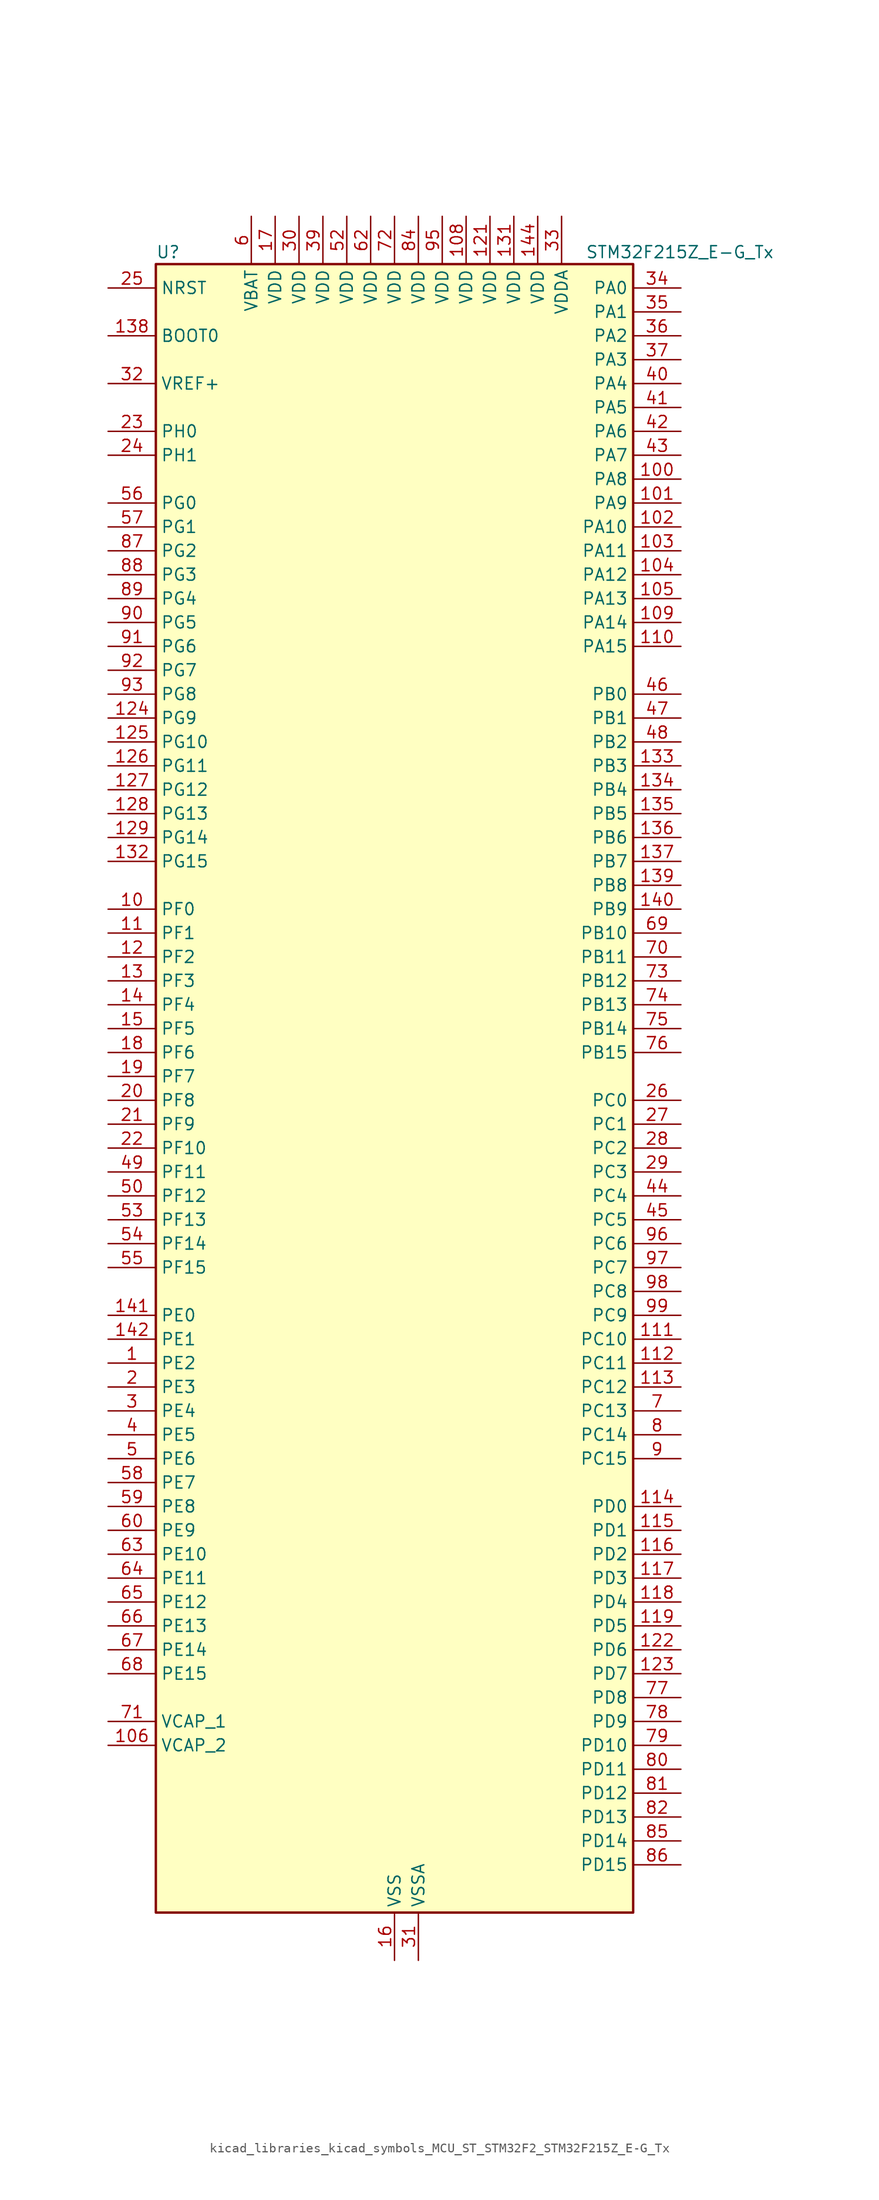
<source format=kicad_sym>
(kicad_symbol_lib
  (version 20220914)
  (generator kicad_symbol_editor)
  (symbol "kicad_libraries_kicad_symbols_MCU_ST_STM32F2_STM32F215Z_E-G_Tx"
    (property "Reference" "U"
      (at -25.4 90.17 0)
      (effects (font (size 1.27 1.27)) (justify left)))
    (property "Value" "STM32F215Z_E-G_Tx"
      (at 20.32 90.17 0)
      (effects (font (size 1.27 1.27)) (justify left)))
    (property "ki_locked" ""
      (at 0 0 0)
      (effects (font (size 1.27 1.27))))
    (symbol "kicad_libraries_kicad_symbols_MCU_ST_STM32F2_STM32F215Z_E-G_Tx_0_1"
      (rectangle (start -25.4 -86.36) (end 25.4 88.9) (stroke (width 0.254) (type default)) (fill (type background))))
    (symbol "kicad_libraries_kicad_symbols_MCU_ST_STM32F2_STM32F215Z_E-G_Tx_1_1"
      (pin bidirectional line (at -30.48 -27.94 0) (length 5.08) (name "PE2" (effects (font (size 1.27 1.27)))) (number "1" (effects (font (size 1.27 1.27)))) (alternate "FSMC_A23" bidirectional line) (alternate "SYS_TRACECLK" bidirectional line))
      (pin bidirectional line (at -30.48 20.32 0) (length 5.08) (name "PF0" (effects (font (size 1.27 1.27)))) (number "10" (effects (font (size 1.27 1.27)))) (alternate "FSMC_A0" bidirectional line) (alternate "I2C2_SDA" bidirectional line))
      (pin bidirectional line (at 30.48 66.04 180) (length 5.08) (name "PA8" (effects (font (size 1.27 1.27)))) (number "100" (effects (font (size 1.27 1.27)))) (alternate "I2C3_SCL" bidirectional line) (alternate "RCC_MCO_1" bidirectional line) (alternate "TIM1_CH1" bidirectional line) (alternate "USART1_CK" bidirectional line) (alternate "USB_OTG_FS_SOF" bidirectional line))
      (pin bidirectional line (at 30.48 63.5 180) (length 5.08) (name "PA9" (effects (font (size 1.27 1.27)))) (number "101" (effects (font (size 1.27 1.27)))) (alternate "DAC_EXTI9" bidirectional line) (alternate "I2C3_SMBA" bidirectional line) (alternate "TIM1_CH2" bidirectional line) (alternate "USART1_TX" bidirectional line) (alternate "USB_OTG_FS_VBUS" bidirectional line))
      (pin bidirectional line (at 30.48 60.96 180) (length 5.08) (name "PA10" (effects (font (size 1.27 1.27)))) (number "102" (effects (font (size 1.27 1.27)))) (alternate "TIM1_CH3" bidirectional line) (alternate "USART1_RX" bidirectional line) (alternate "USB_OTG_FS_ID" bidirectional line))
      (pin bidirectional line (at 30.48 58.42 180) (length 5.08) (name "PA11" (effects (font (size 1.27 1.27)))) (number "103" (effects (font (size 1.27 1.27)))) (alternate "ADC1_EXTI11" bidirectional line) (alternate "ADC2_EXTI11" bidirectional line) (alternate "ADC3_EXTI11" bidirectional line) (alternate "CAN1_RX" bidirectional line) (alternate "TIM1_CH4" bidirectional line) (alternate "USART1_CTS" bidirectional line) (alternate "USB_OTG_FS_DM" bidirectional line))
      (pin bidirectional line (at 30.48 55.88 180) (length 5.08) (name "PA12" (effects (font (size 1.27 1.27)))) (number "104" (effects (font (size 1.27 1.27)))) (alternate "CAN1_TX" bidirectional line) (alternate "TIM1_ETR" bidirectional line) (alternate "USART1_RTS" bidirectional line) (alternate "USB_OTG_FS_DP" bidirectional line))
      (pin bidirectional line (at 30.48 53.34 180) (length 5.08) (name "PA13" (effects (font (size 1.27 1.27)))) (number "105" (effects (font (size 1.27 1.27)))) (alternate "SYS_JTMS-SWDIO" bidirectional line))
      (pin power_out line (at -30.48 -68.58 0) (length 5.08) (name "VCAP_2" (effects (font (size 1.27 1.27)))) (number "106" (effects (font (size 1.27 1.27)))))
      (pin passive line (at 0 -91.44 90) (length 5.08) hide (name "VSS" (effects (font (size 1.27 1.27)))) (number "107" (effects (font (size 1.27 1.27)))))
      (pin power_in line (at 7.62 93.98 270) (length 5.08) (name "VDD" (effects (font (size 1.27 1.27)))) (number "108" (effects (font (size 1.27 1.27)))))
      (pin bidirectional line (at 30.48 50.8 180) (length 5.08) (name "PA14" (effects (font (size 1.27 1.27)))) (number "109" (effects (font (size 1.27 1.27)))) (alternate "SYS_JTCK-SWCLK" bidirectional line))
      (pin bidirectional line (at -30.48 17.78 0) (length 5.08) (name "PF1" (effects (font (size 1.27 1.27)))) (number "11" (effects (font (size 1.27 1.27)))) (alternate "FSMC_A1" bidirectional line) (alternate "I2C2_SCL" bidirectional line))
      (pin bidirectional line (at 30.48 48.26 180) (length 5.08) (name "PA15" (effects (font (size 1.27 1.27)))) (number "110" (effects (font (size 1.27 1.27)))) (alternate "ADC1_EXTI15" bidirectional line) (alternate "ADC2_EXTI15" bidirectional line) (alternate "ADC3_EXTI15" bidirectional line) (alternate "I2S3_WS" bidirectional line) (alternate "SPI1_NSS" bidirectional line) (alternate "SPI3_NSS" bidirectional line) (alternate "SYS_JTDI" bidirectional line) (alternate "TIM2_CH1" bidirectional line) (alternate "TIM2_ETR" bidirectional line))
      (pin bidirectional line (at 30.48 -25.4 180) (length 5.08) (name "PC10" (effects (font (size 1.27 1.27)))) (number "111" (effects (font (size 1.27 1.27)))) (alternate "I2S3_SCK" bidirectional line) (alternate "SDIO_D2" bidirectional line) (alternate "SPI3_SCK" bidirectional line) (alternate "UART4_TX" bidirectional line) (alternate "USART3_TX" bidirectional line))
      (pin bidirectional line (at 30.48 -27.94 180) (length 5.08) (name "PC11" (effects (font (size 1.27 1.27)))) (number "112" (effects (font (size 1.27 1.27)))) (alternate "ADC1_EXTI11" bidirectional line) (alternate "ADC2_EXTI11" bidirectional line) (alternate "ADC3_EXTI11" bidirectional line) (alternate "SDIO_D3" bidirectional line) (alternate "SPI3_MISO" bidirectional line) (alternate "UART4_RX" bidirectional line) (alternate "USART3_RX" bidirectional line))
      (pin bidirectional line (at 30.48 -30.48 180) (length 5.08) (name "PC12" (effects (font (size 1.27 1.27)))) (number "113" (effects (font (size 1.27 1.27)))) (alternate "I2S3_SD" bidirectional line) (alternate "SDIO_CK" bidirectional line) (alternate "SPI3_MOSI" bidirectional line) (alternate "UART5_TX" bidirectional line) (alternate "USART3_CK" bidirectional line))
      (pin bidirectional line (at 30.48 -43.18 180) (length 5.08) (name "PD0" (effects (font (size 1.27 1.27)))) (number "114" (effects (font (size 1.27 1.27)))) (alternate "CAN1_RX" bidirectional line) (alternate "FSMC_D2" bidirectional line) (alternate "FSMC_DA2" bidirectional line))
      (pin bidirectional line (at 30.48 -45.72 180) (length 5.08) (name "PD1" (effects (font (size 1.27 1.27)))) (number "115" (effects (font (size 1.27 1.27)))) (alternate "CAN1_TX" bidirectional line) (alternate "FSMC_D3" bidirectional line) (alternate "FSMC_DA3" bidirectional line))
      (pin bidirectional line (at 30.48 -48.26 180) (length 5.08) (name "PD2" (effects (font (size 1.27 1.27)))) (number "116" (effects (font (size 1.27 1.27)))) (alternate "SDIO_CMD" bidirectional line) (alternate "TIM3_ETR" bidirectional line) (alternate "UART5_RX" bidirectional line))
      (pin bidirectional line (at 30.48 -50.8 180) (length 5.08) (name "PD3" (effects (font (size 1.27 1.27)))) (number "117" (effects (font (size 1.27 1.27)))) (alternate "FSMC_CLK" bidirectional line) (alternate "USART2_CTS" bidirectional line))
      (pin bidirectional line (at 30.48 -53.34 180) (length 5.08) (name "PD4" (effects (font (size 1.27 1.27)))) (number "118" (effects (font (size 1.27 1.27)))) (alternate "FSMC_NOE" bidirectional line) (alternate "USART2_RTS" bidirectional line))
      (pin bidirectional line (at 30.48 -55.88 180) (length 5.08) (name "PD5" (effects (font (size 1.27 1.27)))) (number "119" (effects (font (size 1.27 1.27)))) (alternate "FSMC_NWE" bidirectional line) (alternate "USART2_TX" bidirectional line))
      (pin bidirectional line (at -30.48 15.24 0) (length 5.08) (name "PF2" (effects (font (size 1.27 1.27)))) (number "12" (effects (font (size 1.27 1.27)))) (alternate "FSMC_A2" bidirectional line) (alternate "I2C2_SMBA" bidirectional line))
      (pin passive line (at 0 -91.44 90) (length 5.08) hide (name "VSS" (effects (font (size 1.27 1.27)))) (number "120" (effects (font (size 1.27 1.27)))))
      (pin power_in line (at 10.16 93.98 270) (length 5.08) (name "VDD" (effects (font (size 1.27 1.27)))) (number "121" (effects (font (size 1.27 1.27)))))
      (pin bidirectional line (at 30.48 -58.42 180) (length 5.08) (name "PD6" (effects (font (size 1.27 1.27)))) (number "122" (effects (font (size 1.27 1.27)))) (alternate "FSMC_NWAIT" bidirectional line) (alternate "USART2_RX" bidirectional line))
      (pin bidirectional line (at 30.48 -60.96 180) (length 5.08) (name "PD7" (effects (font (size 1.27 1.27)))) (number "123" (effects (font (size 1.27 1.27)))) (alternate "FSMC_NCE2" bidirectional line) (alternate "FSMC_NE1" bidirectional line) (alternate "USART2_CK" bidirectional line))
      (pin bidirectional line (at -30.48 40.64 0) (length 5.08) (name "PG9" (effects (font (size 1.27 1.27)))) (number "124" (effects (font (size 1.27 1.27)))) (alternate "DAC_EXTI9" bidirectional line) (alternate "FSMC_NCE3" bidirectional line) (alternate "FSMC_NE2" bidirectional line) (alternate "USART6_RX" bidirectional line))
      (pin bidirectional line (at -30.48 38.1 0) (length 5.08) (name "PG10" (effects (font (size 1.27 1.27)))) (number "125" (effects (font (size 1.27 1.27)))) (alternate "FSMC_NCE4_1" bidirectional line) (alternate "FSMC_NE3" bidirectional line))
      (pin bidirectional line (at -30.48 35.56 0) (length 5.08) (name "PG11" (effects (font (size 1.27 1.27)))) (number "126" (effects (font (size 1.27 1.27)))) (alternate "ADC1_EXTI11" bidirectional line) (alternate "ADC2_EXTI11" bidirectional line) (alternate "ADC3_EXTI11" bidirectional line) (alternate "FSMC_NCE4_2" bidirectional line))
      (pin bidirectional line (at -30.48 33.02 0) (length 5.08) (name "PG12" (effects (font (size 1.27 1.27)))) (number "127" (effects (font (size 1.27 1.27)))) (alternate "FSMC_NE4" bidirectional line) (alternate "USART6_RTS" bidirectional line))
      (pin bidirectional line (at -30.48 30.48 0) (length 5.08) (name "PG13" (effects (font (size 1.27 1.27)))) (number "128" (effects (font (size 1.27 1.27)))) (alternate "FSMC_A24" bidirectional line) (alternate "USART6_CTS" bidirectional line))
      (pin bidirectional line (at -30.48 27.94 0) (length 5.08) (name "PG14" (effects (font (size 1.27 1.27)))) (number "129" (effects (font (size 1.27 1.27)))) (alternate "FSMC_A25" bidirectional line) (alternate "USART6_TX" bidirectional line))
      (pin bidirectional line (at -30.48 12.7 0) (length 5.08) (name "PF3" (effects (font (size 1.27 1.27)))) (number "13" (effects (font (size 1.27 1.27)))) (alternate "ADC3_IN9" bidirectional line) (alternate "FSMC_A3" bidirectional line))
      (pin passive line (at 0 -91.44 90) (length 5.08) hide (name "VSS" (effects (font (size 1.27 1.27)))) (number "130" (effects (font (size 1.27 1.27)))))
      (pin power_in line (at 12.7 93.98 270) (length 5.08) (name "VDD" (effects (font (size 1.27 1.27)))) (number "131" (effects (font (size 1.27 1.27)))))
      (pin bidirectional line (at -30.48 25.4 0) (length 5.08) (name "PG15" (effects (font (size 1.27 1.27)))) (number "132" (effects (font (size 1.27 1.27)))) (alternate "ADC1_EXTI15" bidirectional line) (alternate "ADC2_EXTI15" bidirectional line) (alternate "ADC3_EXTI15" bidirectional line) (alternate "USART6_CTS" bidirectional line))
      (pin bidirectional line (at 30.48 35.56 180) (length 5.08) (name "PB3" (effects (font (size 1.27 1.27)))) (number "133" (effects (font (size 1.27 1.27)))) (alternate "I2S3_SCK" bidirectional line) (alternate "SPI1_SCK" bidirectional line) (alternate "SPI3_SCK" bidirectional line) (alternate "SYS_JTDO-SWO" bidirectional line) (alternate "TIM2_CH2" bidirectional line))
      (pin bidirectional line (at 30.48 33.02 180) (length 5.08) (name "PB4" (effects (font (size 1.27 1.27)))) (number "134" (effects (font (size 1.27 1.27)))) (alternate "SPI1_MISO" bidirectional line) (alternate "SPI3_MISO" bidirectional line) (alternate "SYS_JTRST" bidirectional line) (alternate "TIM3_CH1" bidirectional line))
      (pin bidirectional line (at 30.48 30.48 180) (length 5.08) (name "PB5" (effects (font (size 1.27 1.27)))) (number "135" (effects (font (size 1.27 1.27)))) (alternate "CAN2_RX" bidirectional line) (alternate "I2C1_SMBA" bidirectional line) (alternate "I2S3_SD" bidirectional line) (alternate "SPI1_MOSI" bidirectional line) (alternate "SPI3_MOSI" bidirectional line) (alternate "TIM3_CH2" bidirectional line) (alternate "USB_OTG_HS_ULPI_D7" bidirectional line))
      (pin bidirectional line (at 30.48 27.94 180) (length 5.08) (name "PB6" (effects (font (size 1.27 1.27)))) (number "136" (effects (font (size 1.27 1.27)))) (alternate "CAN2_TX" bidirectional line) (alternate "I2C1_SCL" bidirectional line) (alternate "TIM4_CH1" bidirectional line) (alternate "USART1_TX" bidirectional line))
      (pin bidirectional line (at 30.48 25.4 180) (length 5.08) (name "PB7" (effects (font (size 1.27 1.27)))) (number "137" (effects (font (size 1.27 1.27)))) (alternate "FSMC_NL" bidirectional line) (alternate "I2C1_SDA" bidirectional line) (alternate "TIM4_CH2" bidirectional line) (alternate "USART1_RX" bidirectional line))
      (pin input line (at -30.48 81.28 0) (length 5.08) (name "BOOT0" (effects (font (size 1.27 1.27)))) (number "138" (effects (font (size 1.27 1.27)))))
      (pin bidirectional line (at 30.48 22.86 180) (length 5.08) (name "PB8" (effects (font (size 1.27 1.27)))) (number "139" (effects (font (size 1.27 1.27)))) (alternate "CAN1_RX" bidirectional line) (alternate "I2C1_SCL" bidirectional line) (alternate "SDIO_D4" bidirectional line) (alternate "TIM10_CH1" bidirectional line) (alternate "TIM4_CH3" bidirectional line))
      (pin bidirectional line (at -30.48 10.16 0) (length 5.08) (name "PF4" (effects (font (size 1.27 1.27)))) (number "14" (effects (font (size 1.27 1.27)))) (alternate "ADC3_IN14" bidirectional line) (alternate "FSMC_A4" bidirectional line))
      (pin bidirectional line (at 30.48 20.32 180) (length 5.08) (name "PB9" (effects (font (size 1.27 1.27)))) (number "140" (effects (font (size 1.27 1.27)))) (alternate "CAN1_TX" bidirectional line) (alternate "DAC_EXTI9" bidirectional line) (alternate "I2C1_SDA" bidirectional line) (alternate "I2S2_WS" bidirectional line) (alternate "SDIO_D5" bidirectional line) (alternate "SPI2_NSS" bidirectional line) (alternate "TIM11_CH1" bidirectional line) (alternate "TIM4_CH4" bidirectional line))
      (pin bidirectional line (at -30.48 -22.86 0) (length 5.08) (name "PE0" (effects (font (size 1.27 1.27)))) (number "141" (effects (font (size 1.27 1.27)))) (alternate "FSMC_NBL0" bidirectional line) (alternate "TIM4_ETR" bidirectional line))
      (pin bidirectional line (at -30.48 -25.4 0) (length 5.08) (name "PE1" (effects (font (size 1.27 1.27)))) (number "142" (effects (font (size 1.27 1.27)))) (alternate "FSMC_NBL1" bidirectional line))
      (pin no_connect line (at -25.4 -86.36 0) (length 5.08) hide (name "RFU" (effects (font (size 1.27 1.27)))) (number "143" (effects (font (size 1.27 1.27)))))
      (pin power_in line (at 15.24 93.98 270) (length 5.08) (name "VDD" (effects (font (size 1.27 1.27)))) (number "144" (effects (font (size 1.27 1.27)))))
      (pin bidirectional line (at -30.48 7.62 0) (length 5.08) (name "PF5" (effects (font (size 1.27 1.27)))) (number "15" (effects (font (size 1.27 1.27)))) (alternate "ADC3_IN15" bidirectional line) (alternate "FSMC_A5" bidirectional line))
      (pin power_in line (at 0 -91.44 90) (length 5.08) (name "VSS" (effects (font (size 1.27 1.27)))) (number "16" (effects (font (size 1.27 1.27)))))
      (pin power_in line (at -12.7 93.98 270) (length 5.08) (name "VDD" (effects (font (size 1.27 1.27)))) (number "17" (effects (font (size 1.27 1.27)))))
      (pin bidirectional line (at -30.48 5.08 0) (length 5.08) (name "PF6" (effects (font (size 1.27 1.27)))) (number "18" (effects (font (size 1.27 1.27)))) (alternate "ADC3_IN4" bidirectional line) (alternate "FSMC_NIORD" bidirectional line) (alternate "TIM10_CH1" bidirectional line))
      (pin bidirectional line (at -30.48 2.54 0) (length 5.08) (name "PF7" (effects (font (size 1.27 1.27)))) (number "19" (effects (font (size 1.27 1.27)))) (alternate "ADC3_IN5" bidirectional line) (alternate "FSMC_NREG" bidirectional line) (alternate "TIM11_CH1" bidirectional line))
      (pin bidirectional line (at -30.48 -30.48 0) (length 5.08) (name "PE3" (effects (font (size 1.27 1.27)))) (number "2" (effects (font (size 1.27 1.27)))) (alternate "FSMC_A19" bidirectional line) (alternate "SYS_TRACED0" bidirectional line))
      (pin bidirectional line (at -30.48 0 0) (length 5.08) (name "PF8" (effects (font (size 1.27 1.27)))) (number "20" (effects (font (size 1.27 1.27)))) (alternate "ADC3_IN6" bidirectional line) (alternate "FSMC_NIOWR" bidirectional line) (alternate "TIM13_CH1" bidirectional line))
      (pin bidirectional line (at -30.48 -2.54 0) (length 5.08) (name "PF9" (effects (font (size 1.27 1.27)))) (number "21" (effects (font (size 1.27 1.27)))) (alternate "ADC3_IN7" bidirectional line) (alternate "DAC_EXTI9" bidirectional line) (alternate "FSMC_CD" bidirectional line) (alternate "TIM14_CH1" bidirectional line))
      (pin bidirectional line (at -30.48 -5.08 0) (length 5.08) (name "PF10" (effects (font (size 1.27 1.27)))) (number "22" (effects (font (size 1.27 1.27)))) (alternate "ADC3_IN8" bidirectional line) (alternate "FSMC_INTR" bidirectional line))
      (pin bidirectional line (at -30.48 71.12 0) (length 5.08) (name "PH0" (effects (font (size 1.27 1.27)))) (number "23" (effects (font (size 1.27 1.27)))) (alternate "RCC_OSC_IN" bidirectional line))
      (pin bidirectional line (at -30.48 68.58 0) (length 5.08) (name "PH1" (effects (font (size 1.27 1.27)))) (number "24" (effects (font (size 1.27 1.27)))) (alternate "RCC_OSC_OUT" bidirectional line))
      (pin input line (at -30.48 86.36 0) (length 5.08) (name "NRST" (effects (font (size 1.27 1.27)))) (number "25" (effects (font (size 1.27 1.27)))))
      (pin bidirectional line (at 30.48 0 180) (length 5.08) (name "PC0" (effects (font (size 1.27 1.27)))) (number "26" (effects (font (size 1.27 1.27)))) (alternate "ADC1_IN10" bidirectional line) (alternate "ADC2_IN10" bidirectional line) (alternate "ADC3_IN10" bidirectional line) (alternate "USB_OTG_HS_ULPI_STP" bidirectional line))
      (pin bidirectional line (at 30.48 -2.54 180) (length 5.08) (name "PC1" (effects (font (size 1.27 1.27)))) (number "27" (effects (font (size 1.27 1.27)))) (alternate "ADC1_IN11" bidirectional line) (alternate "ADC2_IN11" bidirectional line) (alternate "ADC3_IN11" bidirectional line))
      (pin bidirectional line (at 30.48 -5.08 180) (length 5.08) (name "PC2" (effects (font (size 1.27 1.27)))) (number "28" (effects (font (size 1.27 1.27)))) (alternate "ADC1_IN12" bidirectional line) (alternate "ADC2_IN12" bidirectional line) (alternate "ADC3_IN12" bidirectional line) (alternate "SPI2_MISO" bidirectional line) (alternate "USB_OTG_HS_ULPI_DIR" bidirectional line))
      (pin bidirectional line (at 30.48 -7.62 180) (length 5.08) (name "PC3" (effects (font (size 1.27 1.27)))) (number "29" (effects (font (size 1.27 1.27)))) (alternate "ADC1_IN13" bidirectional line) (alternate "ADC2_IN13" bidirectional line) (alternate "ADC3_IN13" bidirectional line) (alternate "I2S2_SD" bidirectional line) (alternate "SPI2_MOSI" bidirectional line) (alternate "USB_OTG_HS_ULPI_NXT" bidirectional line))
      (pin bidirectional line (at -30.48 -33.02 0) (length 5.08) (name "PE4" (effects (font (size 1.27 1.27)))) (number "3" (effects (font (size 1.27 1.27)))) (alternate "FSMC_A20" bidirectional line) (alternate "SYS_TRACED1" bidirectional line))
      (pin power_in line (at -10.16 93.98 270) (length 5.08) (name "VDD" (effects (font (size 1.27 1.27)))) (number "30" (effects (font (size 1.27 1.27)))))
      (pin power_in line (at 2.54 -91.44 90) (length 5.08) (name "VSSA" (effects (font (size 1.27 1.27)))) (number "31" (effects (font (size 1.27 1.27)))))
      (pin input line (at -30.48 76.2 0) (length 5.08) (name "VREF+" (effects (font (size 1.27 1.27)))) (number "32" (effects (font (size 1.27 1.27)))))
      (pin power_in line (at 17.78 93.98 270) (length 5.08) (name "VDDA" (effects (font (size 1.27 1.27)))) (number "33" (effects (font (size 1.27 1.27)))))
      (pin bidirectional line (at 30.48 86.36 180) (length 5.08) (name "PA0" (effects (font (size 1.27 1.27)))) (number "34" (effects (font (size 1.27 1.27)))) (alternate "ADC1_IN0" bidirectional line) (alternate "ADC2_IN0" bidirectional line) (alternate "ADC3_IN0" bidirectional line) (alternate "SYS_WKUP" bidirectional line) (alternate "TIM2_CH1" bidirectional line) (alternate "TIM2_ETR" bidirectional line) (alternate "TIM5_CH1" bidirectional line) (alternate "TIM8_ETR" bidirectional line) (alternate "UART4_TX" bidirectional line) (alternate "USART2_CTS" bidirectional line))
      (pin bidirectional line (at 30.48 83.82 180) (length 5.08) (name "PA1" (effects (font (size 1.27 1.27)))) (number "35" (effects (font (size 1.27 1.27)))) (alternate "ADC1_IN1" bidirectional line) (alternate "ADC2_IN1" bidirectional line) (alternate "ADC3_IN1" bidirectional line) (alternate "TIM2_CH2" bidirectional line) (alternate "TIM5_CH2" bidirectional line) (alternate "UART4_RX" bidirectional line) (alternate "USART2_RTS" bidirectional line))
      (pin bidirectional line (at 30.48 81.28 180) (length 5.08) (name "PA2" (effects (font (size 1.27 1.27)))) (number "36" (effects (font (size 1.27 1.27)))) (alternate "ADC1_IN2" bidirectional line) (alternate "ADC2_IN2" bidirectional line) (alternate "ADC3_IN2" bidirectional line) (alternate "TIM2_CH3" bidirectional line) (alternate "TIM5_CH3" bidirectional line) (alternate "TIM9_CH1" bidirectional line) (alternate "USART2_TX" bidirectional line))
      (pin bidirectional line (at 30.48 78.74 180) (length 5.08) (name "PA3" (effects (font (size 1.27 1.27)))) (number "37" (effects (font (size 1.27 1.27)))) (alternate "ADC1_IN3" bidirectional line) (alternate "ADC2_IN3" bidirectional line) (alternate "ADC3_IN3" bidirectional line) (alternate "TIM2_CH4" bidirectional line) (alternate "TIM5_CH4" bidirectional line) (alternate "TIM9_CH2" bidirectional line) (alternate "USART2_RX" bidirectional line) (alternate "USB_OTG_HS_ULPI_D0" bidirectional line))
      (pin passive line (at 0 -91.44 90) (length 5.08) hide (name "VSS" (effects (font (size 1.27 1.27)))) (number "38" (effects (font (size 1.27 1.27)))))
      (pin power_in line (at -7.62 93.98 270) (length 5.08) (name "VDD" (effects (font (size 1.27 1.27)))) (number "39" (effects (font (size 1.27 1.27)))))
      (pin bidirectional line (at -30.48 -35.56 0) (length 5.08) (name "PE5" (effects (font (size 1.27 1.27)))) (number "4" (effects (font (size 1.27 1.27)))) (alternate "FSMC_A21" bidirectional line) (alternate "SYS_TRACED2" bidirectional line) (alternate "TIM9_CH1" bidirectional line))
      (pin bidirectional line (at 30.48 76.2 180) (length 5.08) (name "PA4" (effects (font (size 1.27 1.27)))) (number "40" (effects (font (size 1.27 1.27)))) (alternate "ADC1_IN4" bidirectional line) (alternate "ADC2_IN4" bidirectional line) (alternate "DAC_OUT1" bidirectional line) (alternate "I2S3_WS" bidirectional line) (alternate "SPI1_NSS" bidirectional line) (alternate "SPI3_NSS" bidirectional line) (alternate "USART2_CK" bidirectional line) (alternate "USB_OTG_HS_SOF" bidirectional line))
      (pin bidirectional line (at 30.48 73.66 180) (length 5.08) (name "PA5" (effects (font (size 1.27 1.27)))) (number "41" (effects (font (size 1.27 1.27)))) (alternate "ADC1_IN5" bidirectional line) (alternate "ADC2_IN5" bidirectional line) (alternate "DAC_OUT2" bidirectional line) (alternate "SPI1_SCK" bidirectional line) (alternate "TIM2_CH1" bidirectional line) (alternate "TIM2_ETR" bidirectional line) (alternate "TIM8_CH1N" bidirectional line) (alternate "USB_OTG_HS_ULPI_CK" bidirectional line))
      (pin bidirectional line (at 30.48 71.12 180) (length 5.08) (name "PA6" (effects (font (size 1.27 1.27)))) (number "42" (effects (font (size 1.27 1.27)))) (alternate "ADC1_IN6" bidirectional line) (alternate "ADC2_IN6" bidirectional line) (alternate "SPI1_MISO" bidirectional line) (alternate "TIM13_CH1" bidirectional line) (alternate "TIM1_BKIN" bidirectional line) (alternate "TIM3_CH1" bidirectional line) (alternate "TIM8_BKIN" bidirectional line))
      (pin bidirectional line (at 30.48 68.58 180) (length 5.08) (name "PA7" (effects (font (size 1.27 1.27)))) (number "43" (effects (font (size 1.27 1.27)))) (alternate "ADC1_IN7" bidirectional line) (alternate "ADC2_IN7" bidirectional line) (alternate "SPI1_MOSI" bidirectional line) (alternate "TIM14_CH1" bidirectional line) (alternate "TIM1_CH1N" bidirectional line) (alternate "TIM3_CH2" bidirectional line) (alternate "TIM8_CH1N" bidirectional line))
      (pin bidirectional line (at 30.48 -10.16 180) (length 5.08) (name "PC4" (effects (font (size 1.27 1.27)))) (number "44" (effects (font (size 1.27 1.27)))) (alternate "ADC1_IN14" bidirectional line) (alternate "ADC2_IN14" bidirectional line))
      (pin bidirectional line (at 30.48 -12.7 180) (length 5.08) (name "PC5" (effects (font (size 1.27 1.27)))) (number "45" (effects (font (size 1.27 1.27)))) (alternate "ADC1_IN15" bidirectional line) (alternate "ADC2_IN15" bidirectional line))
      (pin bidirectional line (at 30.48 43.18 180) (length 5.08) (name "PB0" (effects (font (size 1.27 1.27)))) (number "46" (effects (font (size 1.27 1.27)))) (alternate "ADC1_IN8" bidirectional line) (alternate "ADC2_IN8" bidirectional line) (alternate "TIM1_CH2N" bidirectional line) (alternate "TIM3_CH3" bidirectional line) (alternate "TIM8_CH2N" bidirectional line) (alternate "USB_OTG_HS_ULPI_D1" bidirectional line))
      (pin bidirectional line (at 30.48 40.64 180) (length 5.08) (name "PB1" (effects (font (size 1.27 1.27)))) (number "47" (effects (font (size 1.27 1.27)))) (alternate "ADC1_IN9" bidirectional line) (alternate "ADC2_IN9" bidirectional line) (alternate "TIM1_CH3N" bidirectional line) (alternate "TIM3_CH4" bidirectional line) (alternate "TIM8_CH3N" bidirectional line) (alternate "USB_OTG_HS_ULPI_D2" bidirectional line))
      (pin bidirectional line (at 30.48 38.1 180) (length 5.08) (name "PB2" (effects (font (size 1.27 1.27)))) (number "48" (effects (font (size 1.27 1.27)))))
      (pin bidirectional line (at -30.48 -7.62 0) (length 5.08) (name "PF11" (effects (font (size 1.27 1.27)))) (number "49" (effects (font (size 1.27 1.27)))) (alternate "ADC1_EXTI11" bidirectional line) (alternate "ADC2_EXTI11" bidirectional line) (alternate "ADC3_EXTI11" bidirectional line))
      (pin bidirectional line (at -30.48 -38.1 0) (length 5.08) (name "PE6" (effects (font (size 1.27 1.27)))) (number "5" (effects (font (size 1.27 1.27)))) (alternate "FSMC_A22" bidirectional line) (alternate "SYS_TRACED3" bidirectional line) (alternate "TIM9_CH2" bidirectional line))
      (pin bidirectional line (at -30.48 -10.16 0) (length 5.08) (name "PF12" (effects (font (size 1.27 1.27)))) (number "50" (effects (font (size 1.27 1.27)))) (alternate "FSMC_A6" bidirectional line))
      (pin passive line (at 0 -91.44 90) (length 5.08) hide (name "VSS" (effects (font (size 1.27 1.27)))) (number "51" (effects (font (size 1.27 1.27)))))
      (pin power_in line (at -5.08 93.98 270) (length 5.08) (name "VDD" (effects (font (size 1.27 1.27)))) (number "52" (effects (font (size 1.27 1.27)))))
      (pin bidirectional line (at -30.48 -12.7 0) (length 5.08) (name "PF13" (effects (font (size 1.27 1.27)))) (number "53" (effects (font (size 1.27 1.27)))) (alternate "FSMC_A7" bidirectional line))
      (pin bidirectional line (at -30.48 -15.24 0) (length 5.08) (name "PF14" (effects (font (size 1.27 1.27)))) (number "54" (effects (font (size 1.27 1.27)))) (alternate "FSMC_A8" bidirectional line))
      (pin bidirectional line (at -30.48 -17.78 0) (length 5.08) (name "PF15" (effects (font (size 1.27 1.27)))) (number "55" (effects (font (size 1.27 1.27)))) (alternate "ADC1_EXTI15" bidirectional line) (alternate "ADC2_EXTI15" bidirectional line) (alternate "ADC3_EXTI15" bidirectional line) (alternate "FSMC_A9" bidirectional line))
      (pin bidirectional line (at -30.48 63.5 0) (length 5.08) (name "PG0" (effects (font (size 1.27 1.27)))) (number "56" (effects (font (size 1.27 1.27)))) (alternate "FSMC_A10" bidirectional line))
      (pin bidirectional line (at -30.48 60.96 0) (length 5.08) (name "PG1" (effects (font (size 1.27 1.27)))) (number "57" (effects (font (size 1.27 1.27)))) (alternate "FSMC_A11" bidirectional line))
      (pin bidirectional line (at -30.48 -40.64 0) (length 5.08) (name "PE7" (effects (font (size 1.27 1.27)))) (number "58" (effects (font (size 1.27 1.27)))) (alternate "FSMC_D4" bidirectional line) (alternate "FSMC_DA4" bidirectional line) (alternate "TIM1_ETR" bidirectional line))
      (pin bidirectional line (at -30.48 -43.18 0) (length 5.08) (name "PE8" (effects (font (size 1.27 1.27)))) (number "59" (effects (font (size 1.27 1.27)))) (alternate "FSMC_D5" bidirectional line) (alternate "FSMC_DA5" bidirectional line) (alternate "TIM1_CH1N" bidirectional line))
      (pin power_in line (at -15.24 93.98 270) (length 5.08) (name "VBAT" (effects (font (size 1.27 1.27)))) (number "6" (effects (font (size 1.27 1.27)))))
      (pin bidirectional line (at -30.48 -45.72 0) (length 5.08) (name "PE9" (effects (font (size 1.27 1.27)))) (number "60" (effects (font (size 1.27 1.27)))) (alternate "DAC_EXTI9" bidirectional line) (alternate "FSMC_D6" bidirectional line) (alternate "FSMC_DA6" bidirectional line) (alternate "TIM1_CH1" bidirectional line))
      (pin passive line (at 0 -91.44 90) (length 5.08) hide (name "VSS" (effects (font (size 1.27 1.27)))) (number "61" (effects (font (size 1.27 1.27)))))
      (pin power_in line (at -2.54 93.98 270) (length 5.08) (name "VDD" (effects (font (size 1.27 1.27)))) (number "62" (effects (font (size 1.27 1.27)))))
      (pin bidirectional line (at -30.48 -48.26 0) (length 5.08) (name "PE10" (effects (font (size 1.27 1.27)))) (number "63" (effects (font (size 1.27 1.27)))) (alternate "FSMC_D7" bidirectional line) (alternate "FSMC_DA7" bidirectional line) (alternate "TIM1_CH2N" bidirectional line))
      (pin bidirectional line (at -30.48 -50.8 0) (length 5.08) (name "PE11" (effects (font (size 1.27 1.27)))) (number "64" (effects (font (size 1.27 1.27)))) (alternate "ADC1_EXTI11" bidirectional line) (alternate "ADC2_EXTI11" bidirectional line) (alternate "ADC3_EXTI11" bidirectional line) (alternate "FSMC_D8" bidirectional line) (alternate "FSMC_DA8" bidirectional line) (alternate "TIM1_CH2" bidirectional line))
      (pin bidirectional line (at -30.48 -53.34 0) (length 5.08) (name "PE12" (effects (font (size 1.27 1.27)))) (number "65" (effects (font (size 1.27 1.27)))) (alternate "FSMC_D9" bidirectional line) (alternate "FSMC_DA9" bidirectional line) (alternate "TIM1_CH3N" bidirectional line))
      (pin bidirectional line (at -30.48 -55.88 0) (length 5.08) (name "PE13" (effects (font (size 1.27 1.27)))) (number "66" (effects (font (size 1.27 1.27)))) (alternate "FSMC_D10" bidirectional line) (alternate "FSMC_DA10" bidirectional line) (alternate "TIM1_CH3" bidirectional line))
      (pin bidirectional line (at -30.48 -58.42 0) (length 5.08) (name "PE14" (effects (font (size 1.27 1.27)))) (number "67" (effects (font (size 1.27 1.27)))) (alternate "FSMC_D11" bidirectional line) (alternate "FSMC_DA11" bidirectional line) (alternate "TIM1_CH4" bidirectional line))
      (pin bidirectional line (at -30.48 -60.96 0) (length 5.08) (name "PE15" (effects (font (size 1.27 1.27)))) (number "68" (effects (font (size 1.27 1.27)))) (alternate "ADC1_EXTI15" bidirectional line) (alternate "ADC2_EXTI15" bidirectional line) (alternate "ADC3_EXTI15" bidirectional line) (alternate "FSMC_D12" bidirectional line) (alternate "FSMC_DA12" bidirectional line) (alternate "TIM1_BKIN" bidirectional line))
      (pin bidirectional line (at 30.48 17.78 180) (length 5.08) (name "PB10" (effects (font (size 1.27 1.27)))) (number "69" (effects (font (size 1.27 1.27)))) (alternate "I2C2_SCL" bidirectional line) (alternate "I2S2_SCK" bidirectional line) (alternate "SPI2_SCK" bidirectional line) (alternate "TIM2_CH3" bidirectional line) (alternate "USART3_TX" bidirectional line) (alternate "USB_OTG_HS_ULPI_D3" bidirectional line))
      (pin bidirectional line (at 30.48 -33.02 180) (length 5.08) (name "PC13" (effects (font (size 1.27 1.27)))) (number "7" (effects (font (size 1.27 1.27)))) (alternate "RTC_AF1" bidirectional line))
      (pin bidirectional line (at 30.48 15.24 180) (length 5.08) (name "PB11" (effects (font (size 1.27 1.27)))) (number "70" (effects (font (size 1.27 1.27)))) (alternate "ADC1_EXTI11" bidirectional line) (alternate "ADC2_EXTI11" bidirectional line) (alternate "ADC3_EXTI11" bidirectional line) (alternate "I2C2_SDA" bidirectional line) (alternate "TIM2_CH4" bidirectional line) (alternate "USART3_RX" bidirectional line) (alternate "USB_OTG_HS_ULPI_D4" bidirectional line))
      (pin power_out line (at -30.48 -66.04 0) (length 5.08) (name "VCAP_1" (effects (font (size 1.27 1.27)))) (number "71" (effects (font (size 1.27 1.27)))))
      (pin power_in line (at 0 93.98 270) (length 5.08) (name "VDD" (effects (font (size 1.27 1.27)))) (number "72" (effects (font (size 1.27 1.27)))))
      (pin bidirectional line (at 30.48 12.7 180) (length 5.08) (name "PB12" (effects (font (size 1.27 1.27)))) (number "73" (effects (font (size 1.27 1.27)))) (alternate "CAN2_RX" bidirectional line) (alternate "I2C2_SMBA" bidirectional line) (alternate "I2S2_WS" bidirectional line) (alternate "SPI2_NSS" bidirectional line) (alternate "TIM1_BKIN" bidirectional line) (alternate "USART3_CK" bidirectional line) (alternate "USB_OTG_HS_ID" bidirectional line) (alternate "USB_OTG_HS_ULPI_D5" bidirectional line))
      (pin bidirectional line (at 30.48 10.16 180) (length 5.08) (name "PB13" (effects (font (size 1.27 1.27)))) (number "74" (effects (font (size 1.27 1.27)))) (alternate "CAN2_TX" bidirectional line) (alternate "I2S2_SCK" bidirectional line) (alternate "SPI2_SCK" bidirectional line) (alternate "TIM1_CH1N" bidirectional line) (alternate "USART3_CTS" bidirectional line) (alternate "USB_OTG_HS_ULPI_D6" bidirectional line) (alternate "USB_OTG_HS_VBUS" bidirectional line))
      (pin bidirectional line (at 30.48 7.62 180) (length 5.08) (name "PB14" (effects (font (size 1.27 1.27)))) (number "75" (effects (font (size 1.27 1.27)))) (alternate "SPI2_MISO" bidirectional line) (alternate "TIM12_CH1" bidirectional line) (alternate "TIM1_CH2N" bidirectional line) (alternate "TIM8_CH2N" bidirectional line) (alternate "USART3_RTS" bidirectional line) (alternate "USB_OTG_HS_DM" bidirectional line))
      (pin bidirectional line (at 30.48 5.08 180) (length 5.08) (name "PB15" (effects (font (size 1.27 1.27)))) (number "76" (effects (font (size 1.27 1.27)))) (alternate "ADC1_EXTI15" bidirectional line) (alternate "ADC2_EXTI15" bidirectional line) (alternate "ADC3_EXTI15" bidirectional line) (alternate "I2S2_SD" bidirectional line) (alternate "RTC_REFIN" bidirectional line) (alternate "SPI2_MOSI" bidirectional line) (alternate "TIM12_CH2" bidirectional line) (alternate "TIM1_CH3N" bidirectional line) (alternate "TIM8_CH3N" bidirectional line) (alternate "USB_OTG_HS_DP" bidirectional line))
      (pin bidirectional line (at 30.48 -63.5 180) (length 5.08) (name "PD8" (effects (font (size 1.27 1.27)))) (number "77" (effects (font (size 1.27 1.27)))) (alternate "FSMC_D13" bidirectional line) (alternate "FSMC_DA13" bidirectional line) (alternate "USART3_TX" bidirectional line))
      (pin bidirectional line (at 30.48 -66.04 180) (length 5.08) (name "PD9" (effects (font (size 1.27 1.27)))) (number "78" (effects (font (size 1.27 1.27)))) (alternate "DAC_EXTI9" bidirectional line) (alternate "FSMC_D14" bidirectional line) (alternate "FSMC_DA14" bidirectional line) (alternate "USART3_RX" bidirectional line))
      (pin bidirectional line (at 30.48 -68.58 180) (length 5.08) (name "PD10" (effects (font (size 1.27 1.27)))) (number "79" (effects (font (size 1.27 1.27)))) (alternate "FSMC_D15" bidirectional line) (alternate "FSMC_DA15" bidirectional line) (alternate "USART3_CK" bidirectional line))
      (pin bidirectional line (at 30.48 -35.56 180) (length 5.08) (name "PC14" (effects (font (size 1.27 1.27)))) (number "8" (effects (font (size 1.27 1.27)))) (alternate "RCC_OSC32_IN" bidirectional line))
      (pin bidirectional line (at 30.48 -71.12 180) (length 5.08) (name "PD11" (effects (font (size 1.27 1.27)))) (number "80" (effects (font (size 1.27 1.27)))) (alternate "ADC1_EXTI11" bidirectional line) (alternate "ADC2_EXTI11" bidirectional line) (alternate "ADC3_EXTI11" bidirectional line) (alternate "FSMC_A16" bidirectional line) (alternate "FSMC_CLE" bidirectional line) (alternate "USART3_CTS" bidirectional line))
      (pin bidirectional line (at 30.48 -73.66 180) (length 5.08) (name "PD12" (effects (font (size 1.27 1.27)))) (number "81" (effects (font (size 1.27 1.27)))) (alternate "FSMC_A17" bidirectional line) (alternate "FSMC_ALE" bidirectional line) (alternate "TIM4_CH1" bidirectional line) (alternate "USART3_RTS" bidirectional line))
      (pin bidirectional line (at 30.48 -76.2 180) (length 5.08) (name "PD13" (effects (font (size 1.27 1.27)))) (number "82" (effects (font (size 1.27 1.27)))) (alternate "FSMC_A18" bidirectional line) (alternate "TIM4_CH2" bidirectional line))
      (pin passive line (at 0 -91.44 90) (length 5.08) hide (name "VSS" (effects (font (size 1.27 1.27)))) (number "83" (effects (font (size 1.27 1.27)))))
      (pin power_in line (at 2.54 93.98 270) (length 5.08) (name "VDD" (effects (font (size 1.27 1.27)))) (number "84" (effects (font (size 1.27 1.27)))))
      (pin bidirectional line (at 30.48 -78.74 180) (length 5.08) (name "PD14" (effects (font (size 1.27 1.27)))) (number "85" (effects (font (size 1.27 1.27)))) (alternate "FSMC_D0" bidirectional line) (alternate "FSMC_DA0" bidirectional line) (alternate "TIM4_CH3" bidirectional line))
      (pin bidirectional line (at 30.48 -81.28 180) (length 5.08) (name "PD15" (effects (font (size 1.27 1.27)))) (number "86" (effects (font (size 1.27 1.27)))) (alternate "ADC1_EXTI15" bidirectional line) (alternate "ADC2_EXTI15" bidirectional line) (alternate "ADC3_EXTI15" bidirectional line) (alternate "FSMC_D1" bidirectional line) (alternate "FSMC_DA1" bidirectional line) (alternate "TIM4_CH4" bidirectional line))
      (pin bidirectional line (at -30.48 58.42 0) (length 5.08) (name "PG2" (effects (font (size 1.27 1.27)))) (number "87" (effects (font (size 1.27 1.27)))) (alternate "FSMC_A12" bidirectional line))
      (pin bidirectional line (at -30.48 55.88 0) (length 5.08) (name "PG3" (effects (font (size 1.27 1.27)))) (number "88" (effects (font (size 1.27 1.27)))) (alternate "FSMC_A13" bidirectional line))
      (pin bidirectional line (at -30.48 53.34 0) (length 5.08) (name "PG4" (effects (font (size 1.27 1.27)))) (number "89" (effects (font (size 1.27 1.27)))) (alternate "FSMC_A14" bidirectional line))
      (pin bidirectional line (at 30.48 -38.1 180) (length 5.08) (name "PC15" (effects (font (size 1.27 1.27)))) (number "9" (effects (font (size 1.27 1.27)))) (alternate "ADC1_EXTI15" bidirectional line) (alternate "ADC2_EXTI15" bidirectional line) (alternate "ADC3_EXTI15" bidirectional line) (alternate "RCC_OSC32_OUT" bidirectional line))
      (pin bidirectional line (at -30.48 50.8 0) (length 5.08) (name "PG5" (effects (font (size 1.27 1.27)))) (number "90" (effects (font (size 1.27 1.27)))) (alternate "FSMC_A15" bidirectional line))
      (pin bidirectional line (at -30.48 48.26 0) (length 5.08) (name "PG6" (effects (font (size 1.27 1.27)))) (number "91" (effects (font (size 1.27 1.27)))) (alternate "FSMC_INT2" bidirectional line))
      (pin bidirectional line (at -30.48 45.72 0) (length 5.08) (name "PG7" (effects (font (size 1.27 1.27)))) (number "92" (effects (font (size 1.27 1.27)))) (alternate "FSMC_INT3" bidirectional line) (alternate "USART6_CK" bidirectional line))
      (pin bidirectional line (at -30.48 43.18 0) (length 5.08) (name "PG8" (effects (font (size 1.27 1.27)))) (number "93" (effects (font (size 1.27 1.27)))) (alternate "USART6_RTS" bidirectional line))
      (pin passive line (at 0 -91.44 90) (length 5.08) hide (name "VSS" (effects (font (size 1.27 1.27)))) (number "94" (effects (font (size 1.27 1.27)))))
      (pin power_in line (at 5.08 93.98 270) (length 5.08) (name "VDD" (effects (font (size 1.27 1.27)))) (number "95" (effects (font (size 1.27 1.27)))))
      (pin bidirectional line (at 30.48 -15.24 180) (length 5.08) (name "PC6" (effects (font (size 1.27 1.27)))) (number "96" (effects (font (size 1.27 1.27)))) (alternate "I2S2_MCK" bidirectional line) (alternate "SDIO_D6" bidirectional line) (alternate "TIM3_CH1" bidirectional line) (alternate "TIM8_CH1" bidirectional line) (alternate "USART6_TX" bidirectional line))
      (pin bidirectional line (at 30.48 -17.78 180) (length 5.08) (name "PC7" (effects (font (size 1.27 1.27)))) (number "97" (effects (font (size 1.27 1.27)))) (alternate "I2S3_MCK" bidirectional line) (alternate "SDIO_D7" bidirectional line) (alternate "TIM3_CH2" bidirectional line) (alternate "TIM8_CH2" bidirectional line) (alternate "USART6_RX" bidirectional line))
      (pin bidirectional line (at 30.48 -20.32 180) (length 5.08) (name "PC8" (effects (font (size 1.27 1.27)))) (number "98" (effects (font (size 1.27 1.27)))) (alternate "SDIO_D0" bidirectional line) (alternate "TIM3_CH3" bidirectional line) (alternate "TIM8_CH3" bidirectional line) (alternate "USART6_CK" bidirectional line))
      (pin bidirectional line (at 30.48 -22.86 180) (length 5.08) (name "PC9" (effects (font (size 1.27 1.27)))) (number "99" (effects (font (size 1.27 1.27)))) (alternate "DAC_EXTI9" bidirectional line) (alternate "I2C3_SDA" bidirectional line) (alternate "I2S_CKIN" bidirectional line) (alternate "RCC_MCO_2" bidirectional line) (alternate "SDIO_D1" bidirectional line) (alternate "TIM3_CH4" bidirectional line) (alternate "TIM8_CH4" bidirectional line)))))
</source>
